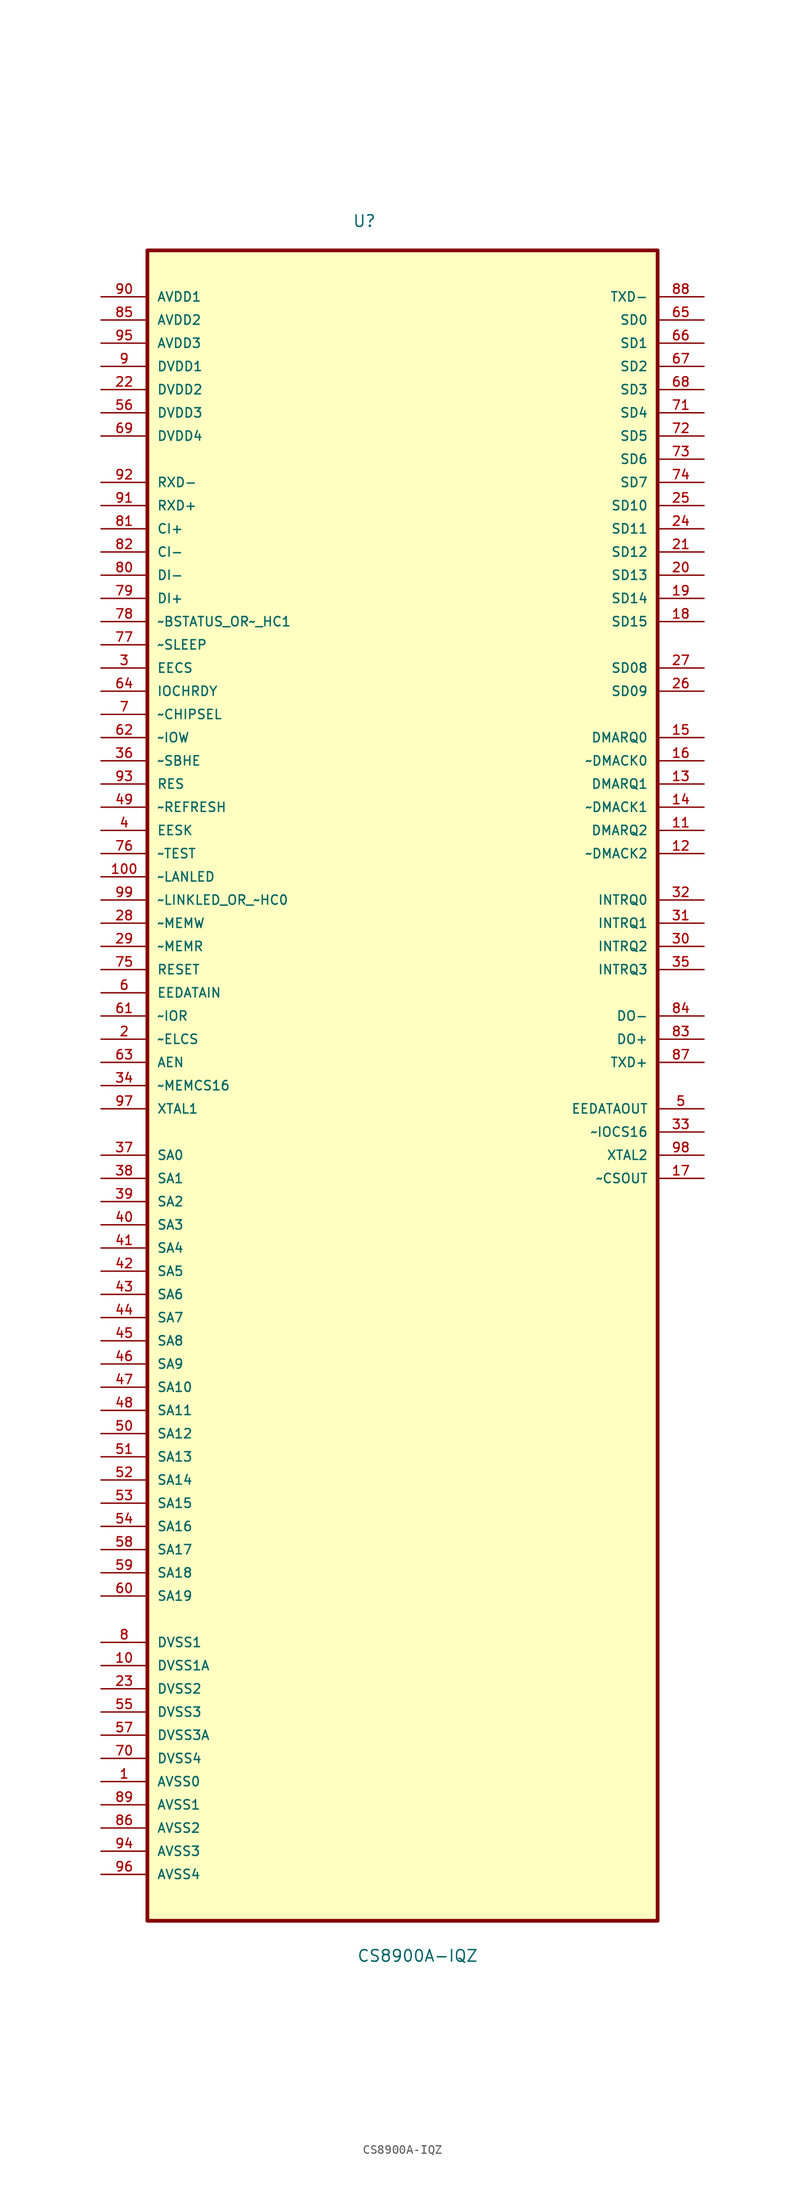
<source format=kicad_sym>
(kicad_symbol_lib
  (version 20220914)
  (generator kicad_symbol_editor)
  (symbol "CS8900A-IQZ"
    (pin_names
      (offset 1.016))
    (property "Reference" "U"
      (at -5.487 91.365 0)
      (effects (font (size 1.27 1.27)) (justify left bottom)))
    (property "Value" "CS8900A-IQZ"
      (at -5.008 -98.565 0)
      (effects (font (size 1.27 1.27)) (justify left bottom)))
    (symbol "CS8900A-IQZ_0_0"
      (rectangle (start -27.94 -93.98) (end 27.94 88.9) (stroke (width 0.406) (type default)) (fill (type background)))
      (pin power_in line (at -33.02 -78.74 0) (length 5.08) (name "AVSS0" (effects (font (size 1.016 1.016)))) (number "1" (effects (font (size 1.016 1.016)))))
      (pin power_in line (at -33.02 -66.04 0) (length 5.08) (name "DVSS1A" (effects (font (size 1.016 1.016)))) (number "10" (effects (font (size 1.016 1.016)))))
      (pin passive line (at -33.02 20.32 0) (length 5.08) (name "~LANLED" (effects (font (size 1.016 1.016)))) (number "100" (effects (font (size 1.016 1.016)))))
      (pin tri_state line (at 33.02 25.4 180) (length 5.08) (name "DMARQ2" (effects (font (size 1.016 1.016)))) (number "11" (effects (font (size 1.016 1.016)))))
      (pin tri_state line (at 33.02 22.86 180) (length 5.08) (name "~DMACK2" (effects (font (size 1.016 1.016)))) (number "12" (effects (font (size 1.016 1.016)))))
      (pin tri_state line (at 33.02 30.48 180) (length 5.08) (name "DMARQ1" (effects (font (size 1.016 1.016)))) (number "13" (effects (font (size 1.016 1.016)))))
      (pin tri_state line (at 33.02 27.94 180) (length 5.08) (name "~DMACK1" (effects (font (size 1.016 1.016)))) (number "14" (effects (font (size 1.016 1.016)))))
      (pin tri_state line (at 33.02 35.56 180) (length 5.08) (name "DMARQ0" (effects (font (size 1.016 1.016)))) (number "15" (effects (font (size 1.016 1.016)))))
      (pin tri_state line (at 33.02 33.02 180) (length 5.08) (name "~DMACK0" (effects (font (size 1.016 1.016)))) (number "16" (effects (font (size 1.016 1.016)))))
      (pin output line (at 33.02 -12.7 180) (length 5.08) (name "~CSOUT" (effects (font (size 1.016 1.016)))) (number "17" (effects (font (size 1.016 1.016)))))
      (pin tri_state line (at 33.02 48.26 180) (length 5.08) (name "SD15" (effects (font (size 1.016 1.016)))) (number "18" (effects (font (size 1.016 1.016)))))
      (pin tri_state line (at 33.02 50.8 180) (length 5.08) (name "SD14" (effects (font (size 1.016 1.016)))) (number "19" (effects (font (size 1.016 1.016)))))
      (pin input line (at -33.02 2.54 0) (length 5.08) (name "~ELCS" (effects (font (size 1.016 1.016)))) (number "2" (effects (font (size 1.016 1.016)))))
      (pin tri_state line (at 33.02 53.34 180) (length 5.08) (name "SD13" (effects (font (size 1.016 1.016)))) (number "20" (effects (font (size 1.016 1.016)))))
      (pin tri_state line (at 33.02 55.88 180) (length 5.08) (name "SD12" (effects (font (size 1.016 1.016)))) (number "21" (effects (font (size 1.016 1.016)))))
      (pin power_in line (at -33.02 73.66 0) (length 5.08) (name "DVDD2" (effects (font (size 1.016 1.016)))) (number "22" (effects (font (size 1.016 1.016)))))
      (pin power_in line (at -33.02 -68.58 0) (length 5.08) (name "DVSS2" (effects (font (size 1.016 1.016)))) (number "23" (effects (font (size 1.016 1.016)))))
      (pin tri_state line (at 33.02 58.42 180) (length 5.08) (name "SD11" (effects (font (size 1.016 1.016)))) (number "24" (effects (font (size 1.016 1.016)))))
      (pin tri_state line (at 33.02 60.96 180) (length 5.08) (name "SD10" (effects (font (size 1.016 1.016)))) (number "25" (effects (font (size 1.016 1.016)))))
      (pin tri_state line (at 33.02 40.64 180) (length 5.08) (name "SD09" (effects (font (size 1.016 1.016)))) (number "26" (effects (font (size 1.016 1.016)))))
      (pin tri_state line (at 33.02 43.18 180) (length 5.08) (name "SD08" (effects (font (size 1.016 1.016)))) (number "27" (effects (font (size 1.016 1.016)))))
      (pin input line (at -33.02 15.24 0) (length 5.08) (name "~MEMW" (effects (font (size 1.016 1.016)))) (number "28" (effects (font (size 1.016 1.016)))))
      (pin input line (at -33.02 12.7 0) (length 5.08) (name "~MEMR" (effects (font (size 1.016 1.016)))) (number "29" (effects (font (size 1.016 1.016)))))
      (pin input line (at -33.02 43.18 0) (length 5.08) (name "EECS" (effects (font (size 1.016 1.016)))) (number "3" (effects (font (size 1.016 1.016)))))
      (pin output line (at 33.02 12.7 180) (length 5.08) (name "INTRQ2" (effects (font (size 1.016 1.016)))) (number "30" (effects (font (size 1.016 1.016)))))
      (pin output line (at 33.02 15.24 180) (length 5.08) (name "INTRQ1" (effects (font (size 1.016 1.016)))) (number "31" (effects (font (size 1.016 1.016)))))
      (pin output line (at 33.02 17.78 180) (length 5.08) (name "INTRQ0" (effects (font (size 1.016 1.016)))) (number "32" (effects (font (size 1.016 1.016)))))
      (pin output line (at 33.02 -7.62 180) (length 5.08) (name "~IOCS16" (effects (font (size 1.016 1.016)))) (number "33" (effects (font (size 1.016 1.016)))))
      (pin input line (at -33.02 -2.54 0) (length 5.08) (name "~MEMCS16" (effects (font (size 1.016 1.016)))) (number "34" (effects (font (size 1.016 1.016)))))
      (pin output line (at 33.02 10.16 180) (length 5.08) (name "INTRQ3" (effects (font (size 1.016 1.016)))) (number "35" (effects (font (size 1.016 1.016)))))
      (pin input line (at -33.02 33.02 0) (length 5.08) (name "~SBHE" (effects (font (size 1.016 1.016)))) (number "36" (effects (font (size 1.016 1.016)))))
      (pin input line (at -33.02 -10.16 0) (length 5.08) (name "SA0" (effects (font (size 1.016 1.016)))) (number "37" (effects (font (size 1.016 1.016)))))
      (pin input line (at -33.02 -12.7 0) (length 5.08) (name "SA1" (effects (font (size 1.016 1.016)))) (number "38" (effects (font (size 1.016 1.016)))))
      (pin input line (at -33.02 -15.24 0) (length 5.08) (name "SA2" (effects (font (size 1.016 1.016)))) (number "39" (effects (font (size 1.016 1.016)))))
      (pin input line (at -33.02 25.4 0) (length 5.08) (name "EESK" (effects (font (size 1.016 1.016)))) (number "4" (effects (font (size 1.016 1.016)))))
      (pin input line (at -33.02 -17.78 0) (length 5.08) (name "SA3" (effects (font (size 1.016 1.016)))) (number "40" (effects (font (size 1.016 1.016)))))
      (pin input line (at -33.02 -20.32 0) (length 5.08) (name "SA4" (effects (font (size 1.016 1.016)))) (number "41" (effects (font (size 1.016 1.016)))))
      (pin input line (at -33.02 -22.86 0) (length 5.08) (name "SA5" (effects (font (size 1.016 1.016)))) (number "42" (effects (font (size 1.016 1.016)))))
      (pin input line (at -33.02 -25.4 0) (length 5.08) (name "SA6" (effects (font (size 1.016 1.016)))) (number "43" (effects (font (size 1.016 1.016)))))
      (pin input line (at -33.02 -27.94 0) (length 5.08) (name "SA7" (effects (font (size 1.016 1.016)))) (number "44" (effects (font (size 1.016 1.016)))))
      (pin input line (at -33.02 -30.48 0) (length 5.08) (name "SA8" (effects (font (size 1.016 1.016)))) (number "45" (effects (font (size 1.016 1.016)))))
      (pin input line (at -33.02 -33.02 0) (length 5.08) (name "SA9" (effects (font (size 1.016 1.016)))) (number "46" (effects (font (size 1.016 1.016)))))
      (pin input line (at -33.02 -35.56 0) (length 5.08) (name "SA10" (effects (font (size 1.016 1.016)))) (number "47" (effects (font (size 1.016 1.016)))))
      (pin input line (at -33.02 -38.1 0) (length 5.08) (name "SA11" (effects (font (size 1.016 1.016)))) (number "48" (effects (font (size 1.016 1.016)))))
      (pin input line (at -33.02 27.94 0) (length 5.08) (name "~REFRESH" (effects (font (size 1.016 1.016)))) (number "49" (effects (font (size 1.016 1.016)))))
      (pin output line (at 33.02 -5.08 180) (length 5.08) (name "EEDATAOUT" (effects (font (size 1.016 1.016)))) (number "5" (effects (font (size 1.016 1.016)))))
      (pin input line (at -33.02 -40.64 0) (length 5.08) (name "SA12" (effects (font (size 1.016 1.016)))) (number "50" (effects (font (size 1.016 1.016)))))
      (pin input line (at -33.02 -43.18 0) (length 5.08) (name "SA13" (effects (font (size 1.016 1.016)))) (number "51" (effects (font (size 1.016 1.016)))))
      (pin input line (at -33.02 -45.72 0) (length 5.08) (name "SA14" (effects (font (size 1.016 1.016)))) (number "52" (effects (font (size 1.016 1.016)))))
      (pin input line (at -33.02 -48.26 0) (length 5.08) (name "SA15" (effects (font (size 1.016 1.016)))) (number "53" (effects (font (size 1.016 1.016)))))
      (pin input line (at -33.02 -50.8 0) (length 5.08) (name "SA16" (effects (font (size 1.016 1.016)))) (number "54" (effects (font (size 1.016 1.016)))))
      (pin power_in line (at -33.02 -71.12 0) (length 5.08) (name "DVSS3" (effects (font (size 1.016 1.016)))) (number "55" (effects (font (size 1.016 1.016)))))
      (pin power_in line (at -33.02 71.12 0) (length 5.08) (name "DVDD3" (effects (font (size 1.016 1.016)))) (number "56" (effects (font (size 1.016 1.016)))))
      (pin power_in line (at -33.02 -73.66 0) (length 5.08) (name "DVSS3A" (effects (font (size 1.016 1.016)))) (number "57" (effects (font (size 1.016 1.016)))))
      (pin input line (at -33.02 -53.34 0) (length 5.08) (name "SA17" (effects (font (size 1.016 1.016)))) (number "58" (effects (font (size 1.016 1.016)))))
      (pin input line (at -33.02 -55.88 0) (length 5.08) (name "SA18" (effects (font (size 1.016 1.016)))) (number "59" (effects (font (size 1.016 1.016)))))
      (pin input line (at -33.02 7.62 0) (length 5.08) (name "EEDATAIN" (effects (font (size 1.016 1.016)))) (number "6" (effects (font (size 1.016 1.016)))))
      (pin input line (at -33.02 -58.42 0) (length 5.08) (name "SA19" (effects (font (size 1.016 1.016)))) (number "60" (effects (font (size 1.016 1.016)))))
      (pin input line (at -33.02 5.08 0) (length 5.08) (name "~IOR" (effects (font (size 1.016 1.016)))) (number "61" (effects (font (size 1.016 1.016)))))
      (pin input line (at -33.02 35.56 0) (length 5.08) (name "~IOW" (effects (font (size 1.016 1.016)))) (number "62" (effects (font (size 1.016 1.016)))))
      (pin input line (at -33.02 0 0) (length 5.08) (name "AEN" (effects (font (size 1.016 1.016)))) (number "63" (effects (font (size 1.016 1.016)))))
      (pin input line (at -33.02 40.64 0) (length 5.08) (name "IOCHRDY" (effects (font (size 1.016 1.016)))) (number "64" (effects (font (size 1.016 1.016)))))
      (pin tri_state line (at 33.02 81.28 180) (length 5.08) (name "SD0" (effects (font (size 1.016 1.016)))) (number "65" (effects (font (size 1.016 1.016)))))
      (pin tri_state line (at 33.02 78.74 180) (length 5.08) (name "SD1" (effects (font (size 1.016 1.016)))) (number "66" (effects (font (size 1.016 1.016)))))
      (pin tri_state line (at 33.02 76.2 180) (length 5.08) (name "SD2" (effects (font (size 1.016 1.016)))) (number "67" (effects (font (size 1.016 1.016)))))
      (pin tri_state line (at 33.02 73.66 180) (length 5.08) (name "SD3" (effects (font (size 1.016 1.016)))) (number "68" (effects (font (size 1.016 1.016)))))
      (pin power_in line (at -33.02 68.58 0) (length 5.08) (name "DVDD4" (effects (font (size 1.016 1.016)))) (number "69" (effects (font (size 1.016 1.016)))))
      (pin input line (at -33.02 38.1 0) (length 5.08) (name "~CHIPSEL" (effects (font (size 1.016 1.016)))) (number "7" (effects (font (size 1.016 1.016)))))
      (pin power_in line (at -33.02 -76.2 0) (length 5.08) (name "DVSS4" (effects (font (size 1.016 1.016)))) (number "70" (effects (font (size 1.016 1.016)))))
      (pin tri_state line (at 33.02 71.12 180) (length 5.08) (name "SD4" (effects (font (size 1.016 1.016)))) (number "71" (effects (font (size 1.016 1.016)))))
      (pin tri_state line (at 33.02 68.58 180) (length 5.08) (name "SD5" (effects (font (size 1.016 1.016)))) (number "72" (effects (font (size 1.016 1.016)))))
      (pin tri_state line (at 33.02 66.04 180) (length 5.08) (name "SD6" (effects (font (size 1.016 1.016)))) (number "73" (effects (font (size 1.016 1.016)))))
      (pin tri_state line (at 33.02 63.5 180) (length 5.08) (name "SD7" (effects (font (size 1.016 1.016)))) (number "74" (effects (font (size 1.016 1.016)))))
      (pin input line (at -33.02 10.16 0) (length 5.08) (name "RESET" (effects (font (size 1.016 1.016)))) (number "75" (effects (font (size 1.016 1.016)))))
      (pin input line (at -33.02 22.86 0) (length 5.08) (name "~TEST" (effects (font (size 1.016 1.016)))) (number "76" (effects (font (size 1.016 1.016)))))
      (pin input line (at -33.02 45.72 0) (length 5.08) (name "~SLEEP" (effects (font (size 1.016 1.016)))) (number "77" (effects (font (size 1.016 1.016)))))
      (pin input line (at -33.02 48.26 0) (length 5.08) (name "~BSTATUS_OR~_HC1" (effects (font (size 1.016 1.016)))) (number "78" (effects (font (size 1.016 1.016)))))
      (pin input line (at -33.02 50.8 0) (length 5.08) (name "DI+" (effects (font (size 1.016 1.016)))) (number "79" (effects (font (size 1.016 1.016)))))
      (pin power_in line (at -33.02 -63.5 0) (length 5.08) (name "DVSS1" (effects (font (size 1.016 1.016)))) (number "8" (effects (font (size 1.016 1.016)))))
      (pin input line (at -33.02 53.34 0) (length 5.08) (name "DI-" (effects (font (size 1.016 1.016)))) (number "80" (effects (font (size 1.016 1.016)))))
      (pin input line (at -33.02 58.42 0) (length 5.08) (name "CI+" (effects (font (size 1.016 1.016)))) (number "81" (effects (font (size 1.016 1.016)))))
      (pin input line (at -33.02 55.88 0) (length 5.08) (name "CI-" (effects (font (size 1.016 1.016)))) (number "82" (effects (font (size 1.016 1.016)))))
      (pin output line (at 33.02 2.54 180) (length 5.08) (name "DO+" (effects (font (size 1.016 1.016)))) (number "83" (effects (font (size 1.016 1.016)))))
      (pin output line (at 33.02 5.08 180) (length 5.08) (name "DO-" (effects (font (size 1.016 1.016)))) (number "84" (effects (font (size 1.016 1.016)))))
      (pin power_in line (at -33.02 81.28 0) (length 5.08) (name "AVDD2" (effects (font (size 1.016 1.016)))) (number "85" (effects (font (size 1.016 1.016)))))
      (pin power_in line (at -33.02 -83.82 0) (length 5.08) (name "AVSS2" (effects (font (size 1.016 1.016)))) (number "86" (effects (font (size 1.016 1.016)))))
      (pin output line (at 33.02 0 180) (length 5.08) (name "TXD+" (effects (font (size 1.016 1.016)))) (number "87" (effects (font (size 1.016 1.016)))))
      (pin output line (at 33.02 83.82 180) (length 5.08) (name "TXD-" (effects (font (size 1.016 1.016)))) (number "88" (effects (font (size 1.016 1.016)))))
      (pin power_in line (at -33.02 -81.28 0) (length 5.08) (name "AVSS1" (effects (font (size 1.016 1.016)))) (number "89" (effects (font (size 1.016 1.016)))))
      (pin power_in line (at -33.02 76.2 0) (length 5.08) (name "DVDD1" (effects (font (size 1.016 1.016)))) (number "9" (effects (font (size 1.016 1.016)))))
      (pin power_in line (at -33.02 83.82 0) (length 5.08) (name "AVDD1" (effects (font (size 1.016 1.016)))) (number "90" (effects (font (size 1.016 1.016)))))
      (pin input line (at -33.02 60.96 0) (length 5.08) (name "RXD+" (effects (font (size 1.016 1.016)))) (number "91" (effects (font (size 1.016 1.016)))))
      (pin input line (at -33.02 63.5 0) (length 5.08) (name "RXD-" (effects (font (size 1.016 1.016)))) (number "92" (effects (font (size 1.016 1.016)))))
      (pin input line (at -33.02 30.48 0) (length 5.08) (name "RES" (effects (font (size 1.016 1.016)))) (number "93" (effects (font (size 1.016 1.016)))))
      (pin power_in line (at -33.02 -86.36 0) (length 5.08) (name "AVSS3" (effects (font (size 1.016 1.016)))) (number "94" (effects (font (size 1.016 1.016)))))
      (pin power_in line (at -33.02 78.74 0) (length 5.08) (name "AVDD3" (effects (font (size 1.016 1.016)))) (number "95" (effects (font (size 1.016 1.016)))))
      (pin power_in line (at -33.02 -88.9 0) (length 5.08) (name "AVSS4" (effects (font (size 1.016 1.016)))) (number "96" (effects (font (size 1.016 1.016)))))
      (pin input line (at -33.02 -5.08 0) (length 5.08) (name "XTAL1" (effects (font (size 1.016 1.016)))) (number "97" (effects (font (size 1.016 1.016)))))
      (pin output line (at 33.02 -10.16 180) (length 5.08) (name "XTAL2" (effects (font (size 1.016 1.016)))) (number "98" (effects (font (size 1.016 1.016)))))
      (pin passive line (at -33.02 17.78 0) (length 5.08) (name "~LINKLED_OR_~HC0" (effects (font (size 1.016 1.016)))) (number "99" (effects (font (size 1.016 1.016))))))))
</source>
